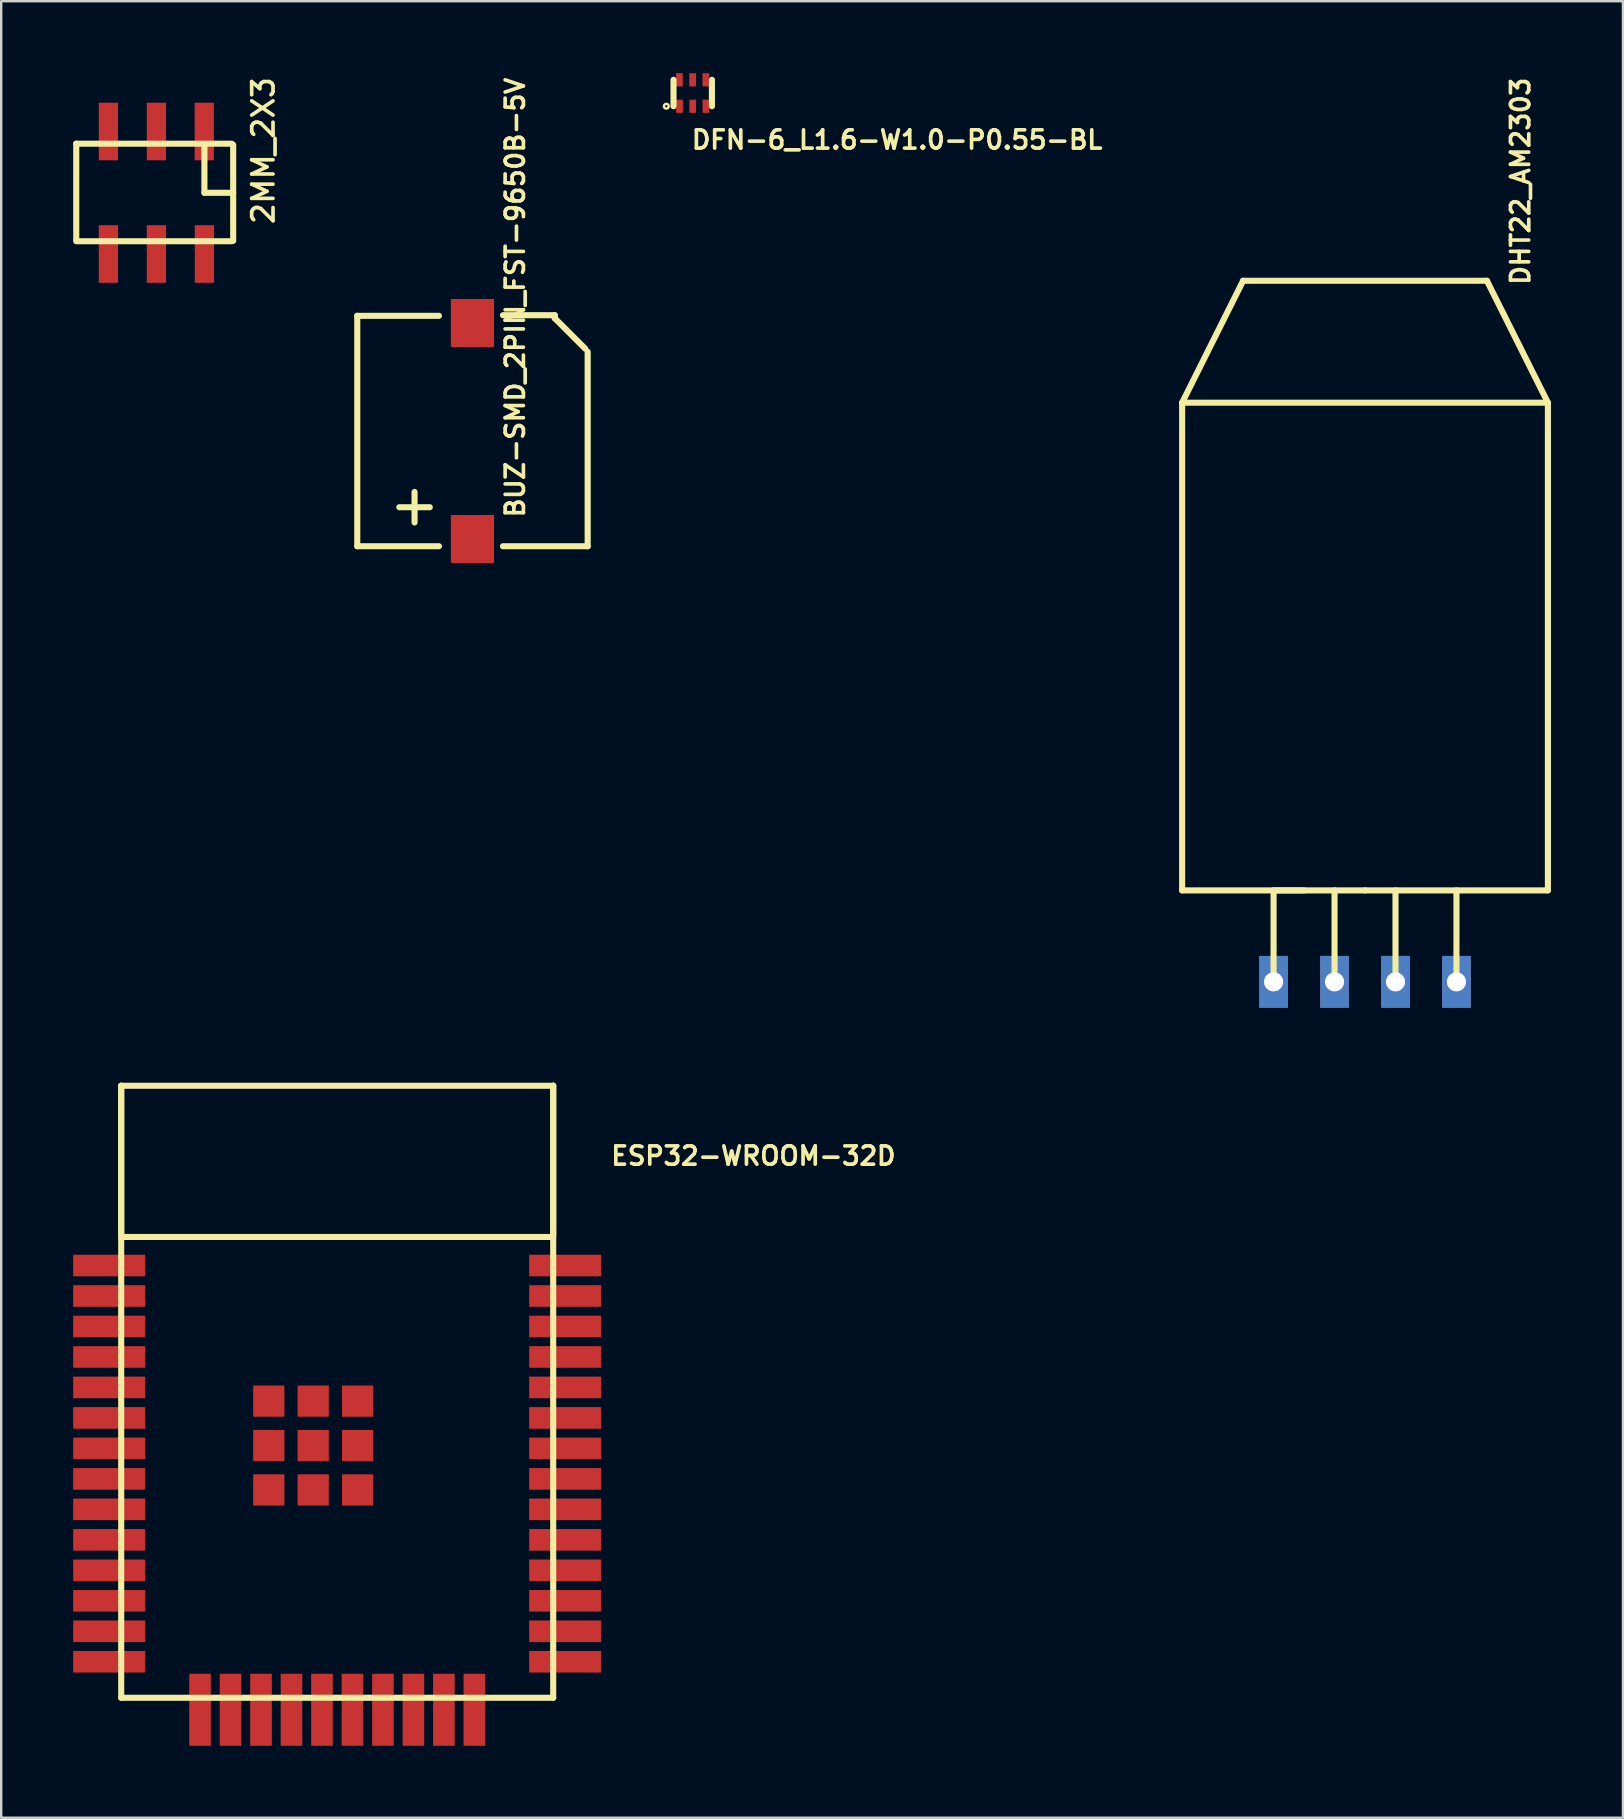
<source format=kicad_pcb>
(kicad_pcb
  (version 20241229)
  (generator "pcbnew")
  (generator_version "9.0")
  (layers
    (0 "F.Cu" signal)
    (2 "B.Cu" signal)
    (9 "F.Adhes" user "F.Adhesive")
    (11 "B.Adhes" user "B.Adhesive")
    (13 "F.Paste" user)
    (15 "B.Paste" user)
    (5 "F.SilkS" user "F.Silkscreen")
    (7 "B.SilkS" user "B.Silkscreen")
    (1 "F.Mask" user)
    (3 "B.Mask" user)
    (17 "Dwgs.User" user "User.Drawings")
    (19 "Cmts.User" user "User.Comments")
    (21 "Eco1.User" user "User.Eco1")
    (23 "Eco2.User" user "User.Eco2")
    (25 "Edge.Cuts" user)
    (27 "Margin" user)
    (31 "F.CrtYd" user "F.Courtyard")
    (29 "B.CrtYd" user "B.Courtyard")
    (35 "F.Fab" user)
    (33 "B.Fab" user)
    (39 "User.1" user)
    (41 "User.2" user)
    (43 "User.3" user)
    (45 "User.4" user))
  (footprint "2MM_2X3"
    (layer "F.Cu")
    (at 5.461 2.429)
    (property "Reference" "2MM_2X3" (at 2.461 3.945 270) (layer "F.SilkS") (effects (font (size 0.889 0.889) (thickness 0.152)) (justify left)))
    (attr smd)
    (fp_line (start -5.334 4.509) (end -5.334 0.508) (stroke (width 0.254) (type solid)) (layer "F.SilkS"))
    (fp_line (start -5.334 4.572) (end 1.143 4.572) (stroke (width 0.254) (type solid)) (layer "F.SilkS"))
    (fp_line (start 0.006 2.554) (end 0.006 0.554) (stroke (width 0.254) (type solid)) (layer "F.SilkS"))
    (fp_line (start 1.143 0.508) (end -5.334 0.508) (stroke (width 0.254) (type solid)) (layer "F.SilkS"))
    (fp_line (start 1.205 0.554) (end 1.205 4.554) (stroke (width 0.254) (type solid)) (layer "F.SilkS"))
    (fp_line (start 1.205 2.554) (end 0.006 2.554) (stroke (width 0.254) (type solid)) (layer "F.SilkS"))
    (pad "1" smd rect (at 0 0 270) (size 2.4 0.8) (layers "F.Cu" "F.Mask" "F.Paste"))
    (pad "2" smd rect (at 0.006 5.104 270) (size 2.4 0.8) (layers "F.Cu" "F.Mask" "F.Paste"))
    (pad "3" smd rect (at -1.994 0 270) (size 2.4 0.8) (layers "F.Cu" "F.Mask" "F.Paste"))
    (pad "4" smd rect (at -1.994 5.104 270) (size 2.4 0.8) (layers "F.Cu" "F.Mask" "F.Paste"))
    (pad "5" smd rect (at -3.994 0 270) (size 2.4 0.8) (layers "F.Cu" "F.Mask" "F.Paste"))
    (pad "6" smd rect (at -3.994 5.104 270) (size 2.4 0.8) (layers "F.Cu" "F.Mask" "F.Paste")))
  (footprint "DFN-6_L1.6-W1.0-P0.55-BL"
    (layer "F.Cu")
    (at 25.811 0.826)
    (property "Reference" "DFN-6_L1.6-W1.0-P0.55-BL" (at -0.127 1.95 0) (layer "F.SilkS") (effects (font (size 0.762 0.762) (thickness 0.152)) (justify left)))
    (attr smd)
    (fp_line (start -0.798 0.55) (end -0.798 -0.55) (stroke (width 0.254) (type solid)) (layer "F.SilkS"))
    (fp_line (start 0.802 0.55) (end 0.802 -0.55) (stroke (width 0.254) (type solid)) (layer "F.SilkS"))
    (fp_circle (center -1.098 0.55) (end -0.998 0.55) (stroke (width 0.1) (type solid)) (fill no) (layer "F.SilkS"))
    (pad "1" smd rect (at -0.549 0.551 180) (size 0.28 0.55) (layers "F.Cu" "F.Mask" "F.Paste"))
    (pad "2" smd rect (at 0.001 0.551 180) (size 0.28 0.55) (layers "F.Cu" "F.Mask" "F.Paste"))
    (pad "3" smd rect (at 0.551 0.551 180) (size 0.28 0.55) (layers "F.Cu" "F.Mask" "F.Paste"))
    (pad "4" smd rect (at 0.549 -0.551 180) (size 0.28 0.55) (layers "F.Cu" "F.Mask" "F.Paste"))
    (pad "5" smd rect (at -0.001 -0.551 180) (size 0.28 0.55) (layers "F.Cu" "F.Mask" "F.Paste"))
    (pad "6" smd rect (at -0.551 -0.551 180) (size 0.28 0.55) (layers "F.Cu" "F.Mask" "F.Paste")))
  (footprint "BUZ-SMD_2PIN_FST-9650B-5V"
    (layer "F.Cu")
    (at 16.636 14.909)
    (property "Reference" "BUZ-SMD_2PIN_FST-9650B-5V" (at 1.778 3.683 90) (layer "F.SilkS") (effects (font (size 0.762 0.762) (thickness 0.152)) (justify left)))
    (attr smd)
    (fp_line (start -4.8 -4.8) (end -1.397 -4.8) (stroke (width 0.254) (type solid)) (layer "F.SilkS"))
    (fp_line (start -4.8 4.8) (end -4.8 -4.8) (stroke (width 0.254) (type solid)) (layer "F.SilkS"))
    (fp_line (start -4.8 4.8) (end -1.397 4.8) (stroke (width 0.254) (type solid)) (layer "F.SilkS"))
    (fp_line (start -3.048 3.175) (end -1.778 3.175) (stroke (width 0.254) (type solid)) (layer "F.SilkS"))
    (fp_line (start -2.413 2.54) (end -2.413 3.81) (stroke (width 0.254) (type solid)) (layer "F.SilkS"))
    (fp_line (start 1.27 -4.826) (end 3.429 -4.826) (stroke (width 0.254) (type solid)) (layer "F.SilkS"))
    (fp_line (start 3.429 -4.826) (end 3.429 -4.699) (stroke (width 0.254) (type solid)) (layer "F.SilkS"))
    (fp_line (start 3.429 -4.699) (end 4.699 -3.429) (stroke (width 0.254) (type solid)) (layer "F.SilkS"))
    (fp_line (start 4.8 4.8) (end 1.27 4.8) (stroke (width 0.254) (type solid)) (layer "F.SilkS"))
    (fp_line (start 4.8 4.8) (end 4.8 -3.302) (stroke (width 0.254) (type solid)) (layer "F.SilkS"))
    (pad "1" smd rect (at 0 4.5) (size 1.8 2) (layers "F.Cu" "F.Mask" "F.Paste"))
    (pad "2" smd rect (at 0 -4.5) (size 1.8 2) (layers "F.Cu" "F.Mask" "F.Paste")))
  (footprint "ESP32-WROOM-32D"
    (layer "F.Cu")
    (at 2 42.189)
    (property "Reference" "ESP32-WROOM-32D" (at 20.327 2.922 0) (layer "F.SilkS") (effects (font (size 0.762 0.762) (thickness 0.152)) (justify left)))
    (attr smd)
    (fp_line (start 0 0) (end 0 6.2) (stroke (width 0.254) (type solid)) (layer "F.SilkS"))
    (fp_line (start 0 0) (end 0 25.5) (stroke (width 0.254) (type solid)) (layer "F.SilkS"))
    (fp_line (start 0 0) (end 18 0) (stroke (width 0.254) (type solid)) (layer "F.SilkS"))
    (fp_line (start 0 6.3) (end 18 6.3) (stroke (width 0.254) (type solid)) (layer "F.SilkS"))
    (fp_line (start 0 25.5) (end 18 25.5) (stroke (width 0.254) (type solid)) (layer "F.SilkS"))
    (fp_line (start 18 0) (end 18 6.2) (stroke (width 0.254) (type solid)) (layer "F.SilkS"))
    (fp_line (start 18 0) (end 18 25.5) (stroke (width 0.254) (type solid)) (layer "F.SilkS"))
    (pad "1" smd rect (at -0.5 7.49) (size 3 0.9) (layers "F.Cu" "F.Mask" "F.Paste"))
    (pad "2" smd rect (at -0.5 8.76) (size 3 0.9) (layers "F.Cu" "F.Mask" "F.Paste"))
    (pad "3" smd rect (at -0.5 10.03) (size 3 0.9) (layers "F.Cu" "F.Mask" "F.Paste"))
    (pad "4" smd rect (at -0.5 11.3) (size 3 0.9) (layers "F.Cu" "F.Mask" "F.Paste"))
    (pad "5" smd rect (at -0.5 12.57) (size 3 0.9) (layers "F.Cu" "F.Mask" "F.Paste"))
    (pad "6" smd rect (at -0.5 13.84) (size 3 0.9) (layers "F.Cu" "F.Mask" "F.Paste"))
    (pad "7" smd rect (at -0.5 15.11) (size 3 0.9) (layers "F.Cu" "F.Mask" "F.Paste"))
    (pad "8" smd rect (at -0.5 16.38) (size 3 0.9) (layers "F.Cu" "F.Mask" "F.Paste"))
    (pad "9" smd rect (at -0.5 17.65) (size 3 0.9) (layers "F.Cu" "F.Mask" "F.Paste"))
    (pad "10" smd rect (at -0.5 18.92) (size 3 0.9) (layers "F.Cu" "F.Mask" "F.Paste"))
    (pad "11" smd rect (at -0.5 20.19) (size 3 0.9) (layers "F.Cu" "F.Mask" "F.Paste"))
    (pad "12" smd rect (at -0.5 21.46) (size 3 0.9) (layers "F.Cu" "F.Mask" "F.Paste"))
    (pad "13" smd rect (at -0.5 22.73) (size 3 0.9) (layers "F.Cu" "F.Mask" "F.Paste"))
    (pad "14" smd rect (at -0.5 24) (size 3 0.9) (layers "F.Cu" "F.Mask" "F.Paste"))
    (pad "15" smd rect (at 3.285 26 90) (size 3 0.9) (layers "F.Cu" "F.Mask" "F.Paste"))
    (pad "16" smd rect (at 4.555 26 90) (size 3 0.9) (layers "F.Cu" "F.Mask" "F.Paste"))
    (pad "17" smd rect (at 5.825 26 90) (size 3 0.9) (layers "F.Cu" "F.Mask" "F.Paste"))
    (pad "18" smd rect (at 7.095 26 90) (size 3 0.9) (layers "F.Cu" "F.Mask" "F.Paste"))
    (pad "19" smd rect (at 8.365 26 90) (size 3 0.9) (layers "F.Cu" "F.Mask" "F.Paste"))
    (pad "20" smd rect (at 9.635 26 90) (size 3 0.9) (layers "F.Cu" "F.Mask" "F.Paste"))
    (pad "21" smd rect (at 10.905 26 90) (size 3 0.9) (layers "F.Cu" "F.Mask" "F.Paste"))
    (pad "22" smd rect (at 12.175 26 90) (size 3 0.9) (layers "F.Cu" "F.Mask" "F.Paste"))
    (pad "23" smd rect (at 13.445 26 90) (size 3 0.9) (layers "F.Cu" "F.Mask" "F.Paste"))
    (pad "24" smd rect (at 14.715 26 90) (size 3 0.9) (layers "F.Cu" "F.Mask" "F.Paste"))
    (pad "25" smd rect (at 18.5 24) (size 3 0.9) (layers "F.Cu" "F.Mask" "F.Paste"))
    (pad "26" smd rect (at 18.5 22.73) (size 3 0.9) (layers "F.Cu" "F.Mask" "F.Paste"))
    (pad "27" smd rect (at 18.5 21.46) (size 3 0.9) (layers "F.Cu" "F.Mask" "F.Paste"))
    (pad "28" smd rect (at 18.5 20.19) (size 3 0.9) (layers "F.Cu" "F.Mask" "F.Paste"))
    (pad "29" smd rect (at 18.5 18.92) (size 3 0.9) (layers "F.Cu" "F.Mask" "F.Paste"))
    (pad "30" smd rect (at 18.5 17.65) (size 3 0.9) (layers "F.Cu" "F.Mask" "F.Paste"))
    (pad "31" smd rect (at 18.5 16.38) (size 3 0.9) (layers "F.Cu" "F.Mask" "F.Paste"))
    (pad "32" smd rect (at 18.5 15.11) (size 3 0.9) (layers "F.Cu" "F.Mask" "F.Paste"))
    (pad "33" smd rect (at 18.5 13.84) (size 3 0.9) (layers "F.Cu" "F.Mask" "F.Paste"))
    (pad "34" smd rect (at 18.5 12.57) (size 3 0.9) (layers "F.Cu" "F.Mask" "F.Paste"))
    (pad "35" smd rect (at 18.5 11.3) (size 3 0.9) (layers "F.Cu" "F.Mask" "F.Paste"))
    (pad "36" smd rect (at 18.5 10.03) (size 3 0.9) (layers "F.Cu" "F.Mask" "F.Paste"))
    (pad "37" smd rect (at 18.5 8.76) (size 3 0.9) (layers "F.Cu" "F.Mask" "F.Paste"))
    (pad "38" smd rect (at 18.5 7.49) (size 3 0.9) (layers "F.Cu" "F.Mask" "F.Paste"))
    (pad "39" smd rect (at 6.15 13.14 90) (size 1.3 1.3) (layers "F.Cu" "F.Mask" "F.Paste"))
    (pad "39" smd rect (at 6.15 14.99 90) (size 1.3 1.3) (layers "F.Cu" "F.Mask" "F.Paste"))
    (pad "39" smd rect (at 6.15 16.84 90) (size 1.3 1.3) (layers "F.Cu" "F.Mask" "F.Paste"))
    (pad "39" smd rect (at 8 13.14 90) (size 1.3 1.3) (layers "F.Cu" "F.Mask" "F.Paste"))
    (pad "39" smd rect (at 8 14.99 90) (size 1.3 1.3) (layers "F.Cu" "F.Mask" "F.Paste"))
    (pad "39" smd rect (at 8 16.84 90) (size 1.3 1.3) (layers "F.Cu" "F.Mask" "F.Paste"))
    (pad "39" smd rect (at 9.85 13.14 90) (size 1.3 1.3) (layers "F.Cu" "F.Mask" "F.Paste"))
    (pad "39" smd rect (at 9.85 14.99 90) (size 1.3 1.3) (layers "F.Cu" "F.Mask" "F.Paste"))
    (pad "39" smd rect (at 9.85 16.84 90) (size 1.3 1.3) (layers "F.Cu" "F.Mask" "F.Paste")))
  (footprint "DHT22_AM2303"
    (layer "F.Cu")
    (at 53.825 23.889)
    (property "Reference" "DHT22_AM2303" (at 6.477 -14.986 270) (layer "F.SilkS") (effects (font (size 0.762 0.762) (thickness 0.152)) (justify left)))
    (attr through_hole)
    (fp_line (start -7.62 -10.16) (end -5.08 -15.24) (stroke (width 0.254) (type solid)) (layer "F.SilkS"))
    (fp_line (start -7.62 -10.16) (end 7.62 -10.16) (stroke (width 0.254) (type solid)) (layer "F.SilkS"))
    (fp_line (start -7.62 10.16) (end -7.62 -10.16) (stroke (width 0.254) (type solid)) (layer "F.SilkS"))
    (fp_line (start -5.08 -15.24) (end 5.08 -15.24) (stroke (width 0.254) (type solid)) (layer "F.SilkS"))
    (fp_line (start -3.81 10.16) (end -2.54 10.16) (stroke (width 0.254) (type solid)) (layer "F.SilkS"))
    (fp_line (start -3.81 13.97) (end -3.81 10.16) (stroke (width 0.254) (type solid)) (layer "F.SilkS"))
    (fp_line (start -1.27 13.97) (end -1.27 10.16) (stroke (width 0.254) (type solid)) (layer "F.SilkS"))
    (fp_line (start 0 10.16) (end -7.62 10.16) (stroke (width 0.254) (type solid)) (layer "F.SilkS"))
    (fp_line (start 1.27 13.97) (end 1.27 10.16) (stroke (width 0.254) (type solid)) (layer "F.SilkS"))
    (fp_line (start 3.81 13.97) (end 3.81 10.16) (stroke (width 0.254) (type solid)) (layer "F.SilkS"))
    (fp_line (start 5.08 -15.24) (end 7.62 -10.16) (stroke (width 0.254) (type solid)) (layer "F.SilkS"))
    (fp_line (start 7.62 -10.16) (end 7.62 10.16) (stroke (width 0.254) (type solid)) (layer "F.SilkS"))
    (fp_line (start 7.62 10.16) (end 0 10.16) (stroke (width 0.254) (type solid)) (layer "F.SilkS"))
    (pad "1" thru_hole rect (at -3.81 13.97 90) (size 2.159 1.199) (drill 0.798) (layers "*.Cu" "*.Paste" "*.Mask"))
    (pad "2" thru_hole rect (at -1.27 13.97 90) (size 2.159 1.199) (drill 0.798) (layers "*.Cu" "*.Paste" "*.Mask"))
    (pad "3" thru_hole rect (at 1.27 13.97 90) (size 2.159 1.199) (drill 0.798) (layers "*.Cu" "*.Paste" "*.Mask"))
    (pad "4" thru_hole rect (at 3.81 13.97 90) (size 2.159 1.199) (drill 0.798) (layers "*.Cu" "*.Paste" "*.Mask")))
  (gr_rect
    (start -3 -3)
    (end 64.572 72.689)
    (stroke (width 0.1) (type default))
    (fill no)
    (layer "Edge.Cuts")))
</source>
